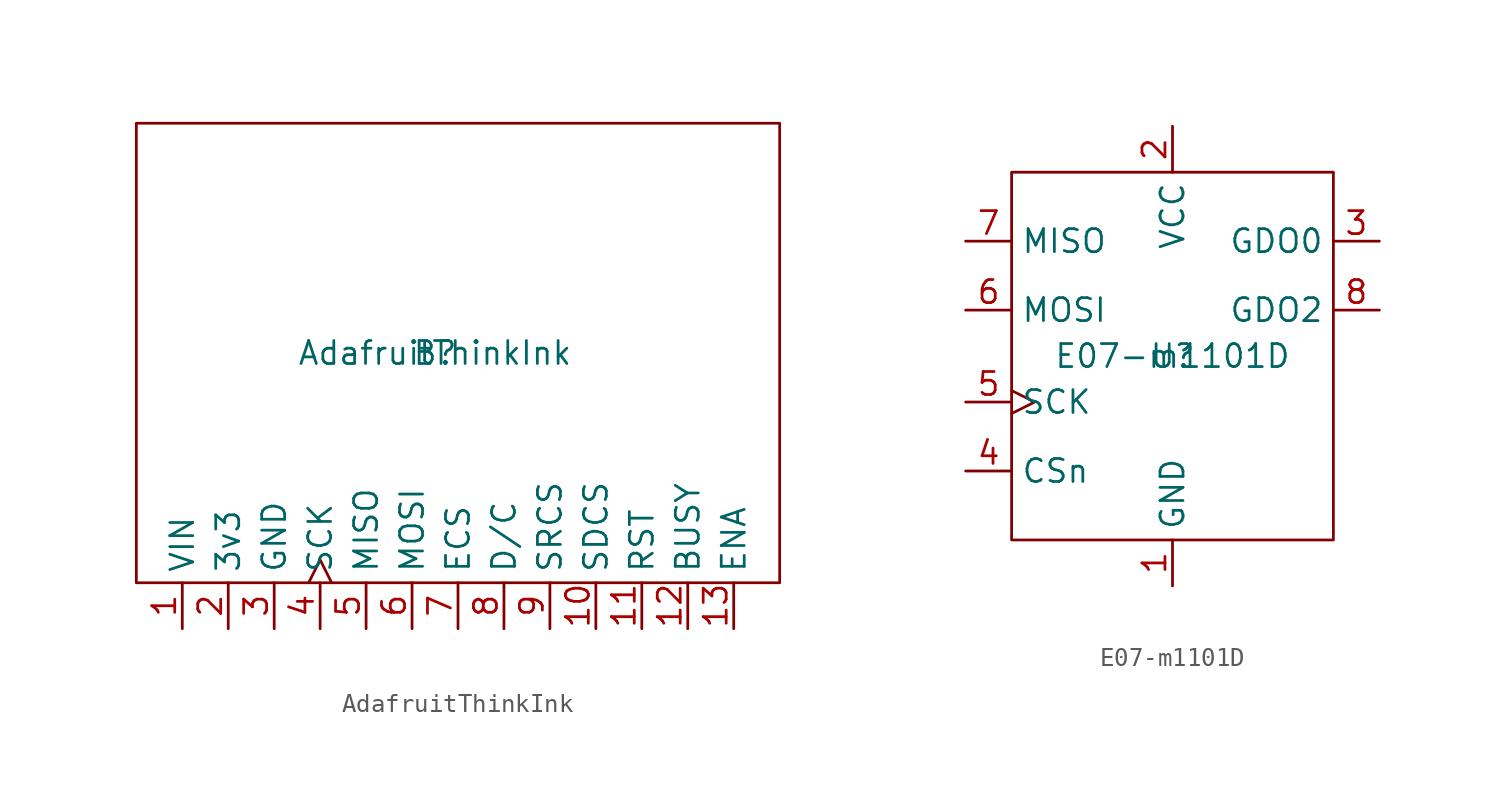
<source format=kicad_sym>
(kicad_symbol_lib
  (version 20211014)
  (generator kicad_symbol_editor)
  (symbol "AdafruitThinkInk"
    (property "Reference" "B"
      (at 0 0 0)
      (effects (font (size 1.27 1.27))))
    (property "Value" "AdafruitThinkInk"
      (at 0 0 0)
      (effects (font (size 1.27 1.27))))
    (symbol "AdafruitThinkInk_0_1"
      (rectangle (start -16.51 12.7) (end 19.05 -12.7) (stroke (width 0) (type default) (color 0 0 0 0)) (fill (type none))))
    (symbol "AdafruitThinkInk_1_1"
      (pin power_in line (at -13.97 -15.24 90) (length 2.54) (name "VIN" (effects (font (size 1.27 1.27)))) (number "1" (effects (font (size 1.27 1.27)))))
      (pin input line (at 8.89 -15.24 90) (length 2.54) (name "SDCS" (effects (font (size 1.27 1.27)))) (number "10" (effects (font (size 1.27 1.27)))))
      (pin input line (at 11.43 -15.24 90) (length 2.54) (name "RST" (effects (font (size 1.27 1.27)))) (number "11" (effects (font (size 1.27 1.27)))))
      (pin output line (at 13.97 -15.24 90) (length 2.54) (name "BUSY" (effects (font (size 1.27 1.27)))) (number "12" (effects (font (size 1.27 1.27)))))
      (pin input line (at 16.51 -15.24 90) (length 2.54) (name "ENA" (effects (font (size 1.27 1.27)))) (number "13" (effects (font (size 1.27 1.27)))))
      (pin power_in line (at -11.43 -15.24 90) (length 2.54) (name "3v3" (effects (font (size 1.27 1.27)))) (number "2" (effects (font (size 1.27 1.27)))))
      (pin power_in line (at -8.89 -15.24 90) (length 2.54) (name "GND" (effects (font (size 1.27 1.27)))) (number "3" (effects (font (size 1.27 1.27)))))
      (pin input clock (at -6.35 -15.24 90) (length 2.54) (name "SCK" (effects (font (size 1.27 1.27)))) (number "4" (effects (font (size 1.27 1.27)))))
      (pin output line (at -3.81 -15.24 90) (length 2.54) (name "MISO" (effects (font (size 1.27 1.27)))) (number "5" (effects (font (size 1.27 1.27)))))
      (pin input line (at -1.27 -15.24 90) (length 2.54) (name "MOSI" (effects (font (size 1.27 1.27)))) (number "6" (effects (font (size 1.27 1.27)))))
      (pin input line (at 1.27 -15.24 90) (length 2.54) (name "ECS" (effects (font (size 1.27 1.27)))) (number "7" (effects (font (size 1.27 1.27)))))
      (pin input line (at 3.81 -15.24 90) (length 2.54) (name "D/C" (effects (font (size 1.27 1.27)))) (number "8" (effects (font (size 1.27 1.27)))))
      (pin input line (at 6.35 -15.24 90) (length 2.54) (name "SRCS" (effects (font (size 1.27 1.27)))) (number "9" (effects (font (size 1.27 1.27)))))))
  (symbol "E07-m1101D"
    (property "Reference" "U"
      (at 0 0 0)
      (effects (font (size 1.27 1.27))))
    (property "Value" "E07-m1101D"
      (at 0 0 0)
      (effects (font (size 1.27 1.27))))
    (symbol "E07-m1101D_0_1"
      (rectangle (start -8.89 10.16) (end 8.89 -10.16) (stroke (width 0) (type default) (color 0 0 0 0)) (fill (type none))))
    (symbol "E07-m1101D_1_1"
      (pin power_in line (at 0 -12.7 90) (length 2.54) (name "GND" (effects (font (size 1.27 1.27)))) (number "1" (effects (font (size 1.27 1.27)))))
      (pin power_in line (at 0 12.7 270) (length 2.54) (name "VCC" (effects (font (size 1.27 1.27)))) (number "2" (effects (font (size 1.27 1.27)))))
      (pin bidirectional line (at 11.43 6.35 180) (length 2.54) (name "GDO0" (effects (font (size 1.27 1.27)))) (number "3" (effects (font (size 1.27 1.27)))))
      (pin input line (at -11.43 -6.35 0) (length 2.54) (name "CSn" (effects (font (size 1.27 1.27)))) (number "4" (effects (font (size 1.27 1.27)))))
      (pin input clock (at -11.43 -2.54 0) (length 2.54) (name "SCK" (effects (font (size 1.27 1.27)))) (number "5" (effects (font (size 1.27 1.27)))))
      (pin input line (at -11.43 2.54 0) (length 2.54) (name "MOSI" (effects (font (size 1.27 1.27)))) (number "6" (effects (font (size 1.27 1.27)))))
      (pin output line (at -11.43 6.35 0) (length 2.54) (name "MISO" (effects (font (size 1.27 1.27)))) (number "7" (effects (font (size 1.27 1.27)))))
      (pin bidirectional line (at 11.43 2.54 180) (length 2.54) (name "GDO2" (effects (font (size 1.27 1.27)))) (number "8" (effects (font (size 1.27 1.27))))))))
</source>
